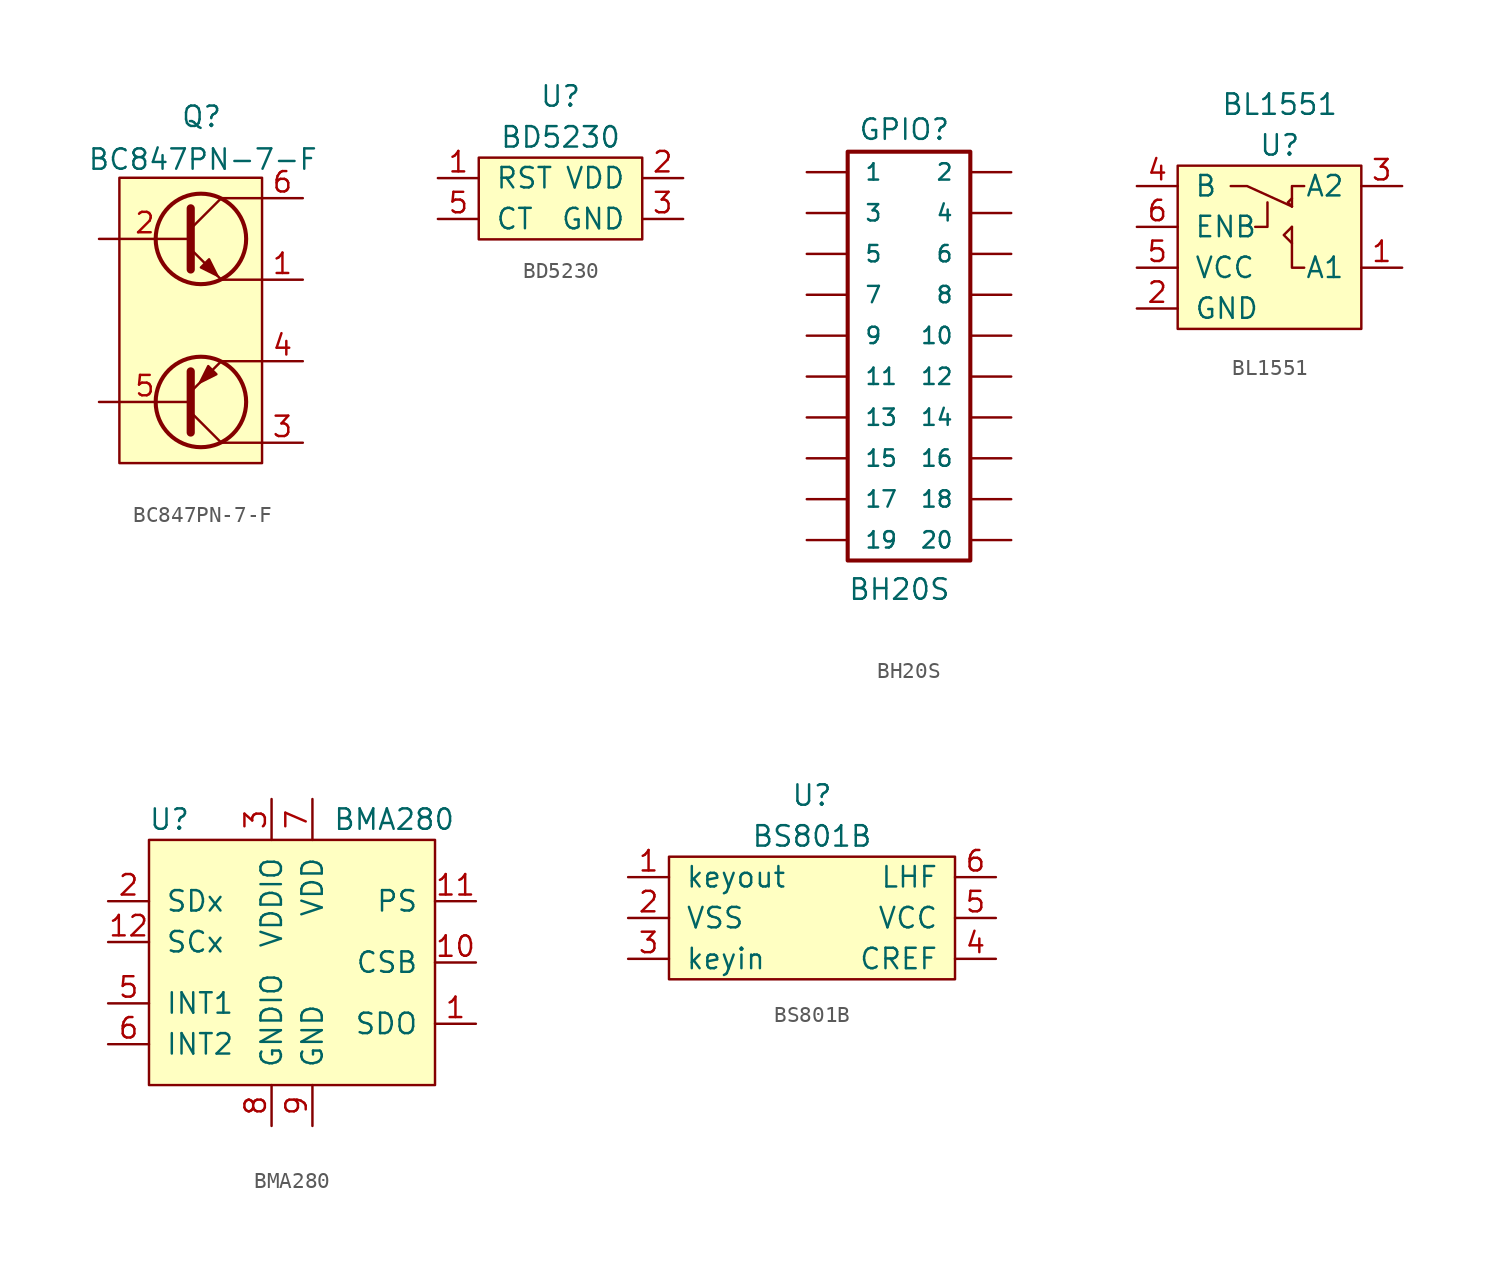
<source format=kicad_sym>
(kicad_symbol_lib
  (version 20231120)
  (generator "kicad_symbol_editor")
  (generator_version "8.0")
  (symbol "BC847PN-7-F"
    (pin_names
      (offset 0) hide)
    (property "Reference" "Q"
      (at 0 12.7 0)
      (effects (font (size 1.27 1.27)) (justify left)))
    (property "Value" "BC847PN-7-F"
      (at -5.817 10.033 0)
      (effects (font (size 1.27 1.27)) (justify left)))
    (symbol "BC847PN-7-F_0_1"
      (polyline (pts (xy 0.635 5.715) (xy 2.54 7.62)) (stroke (width 0) (type solid)) (fill (type none)))
      (polyline (pts (xy 2.54 -7.62) (xy 5.08 -7.62)) (stroke (width 0) (type solid)) (fill (type none)))
      (polyline (pts (xy 2.54 -2.54) (xy 5.08 -2.54)) (stroke (width 0) (type solid)) (fill (type none)))
      (polyline (pts (xy 2.54 2.54) (xy 5.08 2.54)) (stroke (width 0) (type solid)) (fill (type none)))
      (polyline (pts (xy 2.54 7.62) (xy 5.08 7.62)) (stroke (width 0) (type solid)) (fill (type none)))
      (polyline (pts (xy 0.635 4.445) (xy 2.54 2.54) (xy 2.54 2.54)) (stroke (width 0) (type solid)) (fill (type none)))
      (polyline (pts (xy 0.635 6.985) (xy 0.635 3.175) (xy 0.635 3.175)) (stroke (width 0.508) (type solid)) (fill (type none)))
      (polyline (pts (xy 1.27 3.302) (xy 1.778 3.81) (xy 2.286 2.794) (xy 1.27 3.302) (xy 1.27 3.302)) (stroke (width 0) (type solid)) (fill (type outline)))
      (circle (center 1.27 5.08) (radius 2.819) (stroke (width 0.254) (type solid)) (fill (type none)))
      (rectangle (start 5.08 -8.89) (end -3.81 8.89) (stroke (width 0) (type solid)) (fill (type background))))
    (symbol "BC847PN-7-F_1_1"
      (polyline (pts (xy 0.635 -5.715) (xy 2.54 -7.62)) (stroke (width 0) (type solid)) (fill (type none)))
      (polyline (pts (xy 0.635 -6.985) (xy 0.635 -3.175) (xy 0.635 -3.175)) (stroke (width 0.508) (type solid)) (fill (type none)))
      (polyline (pts (xy 0.635 -4.445) (xy 2.54 -2.54) (xy 2.54 -2.54)) (stroke (width 0) (type solid)) (fill (type none)))
      (polyline (pts (xy 2.235 -3.353) (xy 1.727 -2.845) (xy 1.219 -3.861) (xy 2.235 -3.353) (xy 2.235 -3.353)) (stroke (width 0) (type solid)) (fill (type outline)))
      (circle (center 1.27 -5.08) (radius 2.819) (stroke (width 0.254) (type solid)) (fill (type none)))
      (pin passive line (at 7.62 2.54 180) (length 2.54) (name "E" (effects (font (size 1.27 1.27)))) (number "1" (effects (font (size 1.27 1.27)))))
      (pin input line (at -5.08 5.08 0) (length 5.715) (name "B" (effects (font (size 1.27 1.27)))) (number "2" (effects (font (size 1.27 1.27)))))
      (pin passive line (at 7.62 -7.62 180) (length 2.54) (name "C" (effects (font (size 1.27 1.27)))) (number "3" (effects (font (size 1.27 1.27)))))
      (pin passive line (at 7.62 -2.54 180) (length 2.54) (name "E" (effects (font (size 1.27 1.27)))) (number "4" (effects (font (size 1.27 1.27)))))
      (pin input line (at -5.08 -5.08 0) (length 5.715) (name "B" (effects (font (size 1.27 1.27)))) (number "5" (effects (font (size 1.27 1.27)))))
      (pin passive line (at 7.62 7.62 180) (length 2.54) (name "C" (effects (font (size 1.27 1.27)))) (number "6" (effects (font (size 1.27 1.27)))))))
  (symbol "BD5230"
    (pin_names
      (offset 1.016))
    (property "Reference" "U"
      (at 0 6.35 0)
      (effects (font (size 1.27 1.27))))
    (property "Value" "BD5230"
      (at 0 3.81 0)
      (effects (font (size 1.27 1.27))))
    (symbol "BD5230_0_1"
      (rectangle (start -5.08 2.54) (end 5.08 -2.54) (stroke (width 0) (type solid)) (fill (type background))))
    (symbol "BD5230_1_1"
      (pin input line (at -7.62 1.27 0) (length 2.54) (name "RST" (effects (font (size 1.27 1.27)))) (number "1" (effects (font (size 1.27 1.27)))))
      (pin input line (at 7.62 1.27 180) (length 2.54) (name "VDD" (effects (font (size 1.27 1.27)))) (number "2" (effects (font (size 1.27 1.27)))))
      (pin input line (at 7.62 -1.27 180) (length 2.54) (name "GND" (effects (font (size 1.27 1.27)))) (number "3" (effects (font (size 1.27 1.27)))))
      (pin input line (at -7.62 -1.27 0) (length 2.54) (name "CT" (effects (font (size 1.27 1.27)))) (number "5" (effects (font (size 1.27 1.27)))))))
  (symbol "BH20S"
    (pin_numbers hide)
    (pin_names
      (offset 1.016))
    (property "Reference" "GPIO"
      (at -4.445 12.065 0)
      (effects (font (size 1.27 1.27)) (justify left bottom)))
    (property "Value" "BH20S"
      (at -5.08 -16.51 0)
      (effects (font (size 1.27 1.27)) (justify left bottom)))
    (property "Datasheet" ""
      (at 0 -12.7 0)
      (effects (font (size 1.524 1.524))))
    (property "ki_locked" ""
      (at 0 0 0)
      (effects (font (size 1.27 1.27))))
    (symbol "BH20S_1_0"
      (rectangle (start 2.54 -13.97) (end -5.08 11.43) (stroke (width 0.254) (type solid)) (fill (type none))))
    (symbol "BH20S_1_1"
      (pin passive line (at -7.62 10.16 0) (length 2.54) (name "1" (effects (font (size 1.016 1.016)))) (number "1" (effects (font (size 1.016 1.016)))))
      (pin passive line (at 5.08 0 180) (length 2.54) (name "10" (effects (font (size 1.016 1.016)))) (number "10" (effects (font (size 1.016 1.016)))))
      (pin passive line (at -7.62 -2.54 0) (length 2.54) (name "11" (effects (font (size 1.016 1.016)))) (number "11" (effects (font (size 1.016 1.016)))))
      (pin passive line (at 5.08 -2.54 180) (length 2.54) (name "12" (effects (font (size 1.016 1.016)))) (number "12" (effects (font (size 1.016 1.016)))))
      (pin passive line (at -7.62 -5.08 0) (length 2.54) (name "13" (effects (font (size 1.016 1.016)))) (number "13" (effects (font (size 1.016 1.016)))))
      (pin passive line (at 5.08 -5.08 180) (length 2.54) (name "14" (effects (font (size 1.016 1.016)))) (number "14" (effects (font (size 1.016 1.016)))))
      (pin passive line (at -7.62 -7.62 0) (length 2.54) (name "15" (effects (font (size 1.016 1.016)))) (number "15" (effects (font (size 1.016 1.016)))))
      (pin passive line (at 5.08 -7.62 180) (length 2.54) (name "16" (effects (font (size 1.016 1.016)))) (number "16" (effects (font (size 1.016 1.016)))))
      (pin passive line (at -7.62 -10.16 0) (length 2.54) (name "17" (effects (font (size 1.016 1.016)))) (number "17" (effects (font (size 1.016 1.016)))))
      (pin passive line (at 5.08 -10.16 180) (length 2.54) (name "18" (effects (font (size 1.016 1.016)))) (number "18" (effects (font (size 1.016 1.016)))))
      (pin passive line (at -7.62 -12.7 0) (length 2.54) (name "19" (effects (font (size 1.016 1.016)))) (number "19" (effects (font (size 1.016 1.016)))))
      (pin passive line (at 5.08 10.16 180) (length 2.54) (name "2" (effects (font (size 1.016 1.016)))) (number "2" (effects (font (size 1.016 1.016)))))
      (pin passive line (at 5.08 -12.7 180) (length 2.54) (name "20" (effects (font (size 1.016 1.016)))) (number "20" (effects (font (size 1.016 1.016)))))
      (pin passive line (at -7.62 7.62 0) (length 2.54) (name "3" (effects (font (size 1.016 1.016)))) (number "3" (effects (font (size 1.016 1.016)))))
      (pin passive line (at 5.08 7.62 180) (length 2.54) (name "4" (effects (font (size 1.016 1.016)))) (number "4" (effects (font (size 1.016 1.016)))))
      (pin passive line (at -7.62 5.08 0) (length 2.54) (name "5" (effects (font (size 1.016 1.016)))) (number "5" (effects (font (size 1.016 1.016)))))
      (pin passive line (at 5.08 5.08 180) (length 2.54) (name "6" (effects (font (size 1.016 1.016)))) (number "6" (effects (font (size 1.016 1.016)))))
      (pin passive line (at -7.62 2.54 0) (length 2.54) (name "7" (effects (font (size 1.016 1.016)))) (number "7" (effects (font (size 1.016 1.016)))))
      (pin passive line (at 5.08 2.54 180) (length 2.54) (name "8" (effects (font (size 1.016 1.016)))) (number "8" (effects (font (size 1.016 1.016)))))
      (pin passive line (at -7.62 0 0) (length 2.54) (name "9" (effects (font (size 1.016 1.016)))) (number "9" (effects (font (size 1.016 1.016)))))))
  (symbol "BL1551"
    (pin_names
      (offset 1.016))
    (property "Reference" "U"
      (at 0 6.35 0)
      (effects (font (size 1.27 1.27))))
    (property "Value" "BL1551"
      (at 0 8.89 0)
      (effects (font (size 1.27 1.27))))
    (symbol "BL1551_0_1"
      (rectangle (start -6.35 5.08) (end 5.08 -5.08) (stroke (width 0) (type solid)) (fill (type background)))
      (polyline (pts (xy -1.524 1.27) (xy -0.762 1.27) (xy -0.762 2.794)) (stroke (width 0) (type solid)) (fill (type none)))
      (polyline (pts (xy 0.762 1.27) (xy 0.254 0.762) (xy 0.762 0.254)) (stroke (width 0) (type solid)) (fill (type none)))
      (polyline (pts (xy 0.762 1.27) (xy 0.762 -1.27) (xy 1.524 -1.27)) (stroke (width 0) (type solid)) (fill (type none)))
      (polyline (pts (xy 0.762 2.54) (xy -2.032 3.81) (xy -3.048 3.81)) (stroke (width 0) (type solid)) (fill (type none)))
      (polyline (pts (xy 0.762 2.54) (xy 0.508 2.794) (xy 0.762 3.048)) (stroke (width 0) (type solid)) (fill (type none)))
      (polyline (pts (xy 0.762 2.54) (xy 0.762 3.81) (xy 1.524 3.81)) (stroke (width 0) (type solid)) (fill (type none))))
    (symbol "BL1551_1_1"
      (pin input line (at 7.62 -1.27 180) (length 2.54) (name "A1" (effects (font (size 1.27 1.27)))) (number "1" (effects (font (size 1.27 1.27)))))
      (pin input line (at -8.89 -3.81 0) (length 2.54) (name "GND" (effects (font (size 1.27 1.27)))) (number "2" (effects (font (size 1.27 1.27)))))
      (pin input line (at 7.62 3.81 180) (length 2.54) (name "A2" (effects (font (size 1.27 1.27)))) (number "3" (effects (font (size 1.27 1.27)))))
      (pin input line (at -8.89 3.81 0) (length 2.54) (name "B" (effects (font (size 1.27 1.27)))) (number "4" (effects (font (size 1.27 1.27)))))
      (pin input line (at -8.89 -1.27 0) (length 2.54) (name "VCC" (effects (font (size 1.27 1.27)))) (number "5" (effects (font (size 1.27 1.27)))))
      (pin input line (at -8.89 1.27 0) (length 2.54) (name "ENB" (effects (font (size 1.27 1.27)))) (number "6" (effects (font (size 1.27 1.27)))))))
  (symbol "BMA280"
    (pin_names
      (offset 1.016))
    (property "Reference" "U"
      (at -7.62 8.89 0)
      (effects (font (size 1.27 1.27))))
    (property "Value" "BMA280"
      (at 6.35 8.89 0)
      (effects (font (size 1.27 1.27))))
    (symbol "BMA280_0_1"
      (rectangle (start -8.89 7.62) (end 8.89 -7.62) (stroke (width 0) (type solid)) (fill (type background))))
    (symbol "BMA280_1_1"
      (pin input line (at 11.43 -3.81 180) (length 2.54) (name "SDO" (effects (font (size 1.27 1.27)))) (number "1" (effects (font (size 1.27 1.27)))))
      (pin input line (at 11.43 0 180) (length 2.54) (name "CSB" (effects (font (size 1.27 1.27)))) (number "10" (effects (font (size 1.27 1.27)))))
      (pin input line (at 11.43 3.81 180) (length 2.54) (name "PS" (effects (font (size 1.27 1.27)))) (number "11" (effects (font (size 1.27 1.27)))))
      (pin input line (at -11.43 1.27 0) (length 2.54) (name "SCx" (effects (font (size 1.27 1.27)))) (number "12" (effects (font (size 1.27 1.27)))))
      (pin input line (at -11.43 3.81 0) (length 2.54) (name "SDx" (effects (font (size 1.27 1.27)))) (number "2" (effects (font (size 1.27 1.27)))))
      (pin input line (at -1.27 10.16 270) (length 2.54) (name "VDDIO" (effects (font (size 1.27 1.27)))) (number "3" (effects (font (size 1.27 1.27)))))
      (pin input line (at -1.27 -6.35 0) (length 2.54) hide (name "NC" (effects (font (size 1.27 1.27)))) (number "4" (effects (font (size 1.27 1.27)))))
      (pin input line (at -11.43 -2.54 0) (length 2.54) (name "INT1" (effects (font (size 1.27 1.27)))) (number "5" (effects (font (size 1.27 1.27)))))
      (pin input line (at -11.43 -5.08 0) (length 2.54) (name "INT2" (effects (font (size 1.27 1.27)))) (number "6" (effects (font (size 1.27 1.27)))))
      (pin input line (at 1.27 10.16 270) (length 2.54) (name "VDD" (effects (font (size 1.27 1.27)))) (number "7" (effects (font (size 1.27 1.27)))))
      (pin input line (at -1.27 -10.16 90) (length 2.54) (name "GNDIO" (effects (font (size 1.27 1.27)))) (number "8" (effects (font (size 1.27 1.27)))))
      (pin input line (at 1.27 -10.16 90) (length 2.54) (name "GND" (effects (font (size 1.27 1.27)))) (number "9" (effects (font (size 1.27 1.27)))))))
  (symbol "BS801B"
    (pin_names
      (offset 1.016))
    (property "Reference" "U"
      (at 0 7.62 0)
      (effects (font (size 1.27 1.27))))
    (property "Value" "BS801B"
      (at 0 5.08 0)
      (effects (font (size 1.27 1.27))))
    (symbol "BS801B_0_1"
      (rectangle (start -8.89 3.81) (end 8.89 -3.81) (stroke (width 0) (type solid)) (fill (type background))))
    (symbol "BS801B_1_1"
      (pin input line (at -11.43 2.54 0) (length 2.54) (name "keyout" (effects (font (size 1.27 1.27)))) (number "1" (effects (font (size 1.27 1.27)))))
      (pin input line (at -11.43 0 0) (length 2.54) (name "VSS" (effects (font (size 1.27 1.27)))) (number "2" (effects (font (size 1.27 1.27)))))
      (pin input line (at -11.43 -2.54 0) (length 2.54) (name "keyin" (effects (font (size 1.27 1.27)))) (number "3" (effects (font (size 1.27 1.27)))))
      (pin input line (at 11.43 -2.54 180) (length 2.54) (name "CREF" (effects (font (size 1.27 1.27)))) (number "4" (effects (font (size 1.27 1.27)))))
      (pin input line (at 11.43 0 180) (length 2.54) (name "VCC" (effects (font (size 1.27 1.27)))) (number "5" (effects (font (size 1.27 1.27)))))
      (pin input line (at 11.43 2.54 180) (length 2.54) (name "LHF" (effects (font (size 1.27 1.27)))) (number "6" (effects (font (size 1.27 1.27))))))))
</source>
